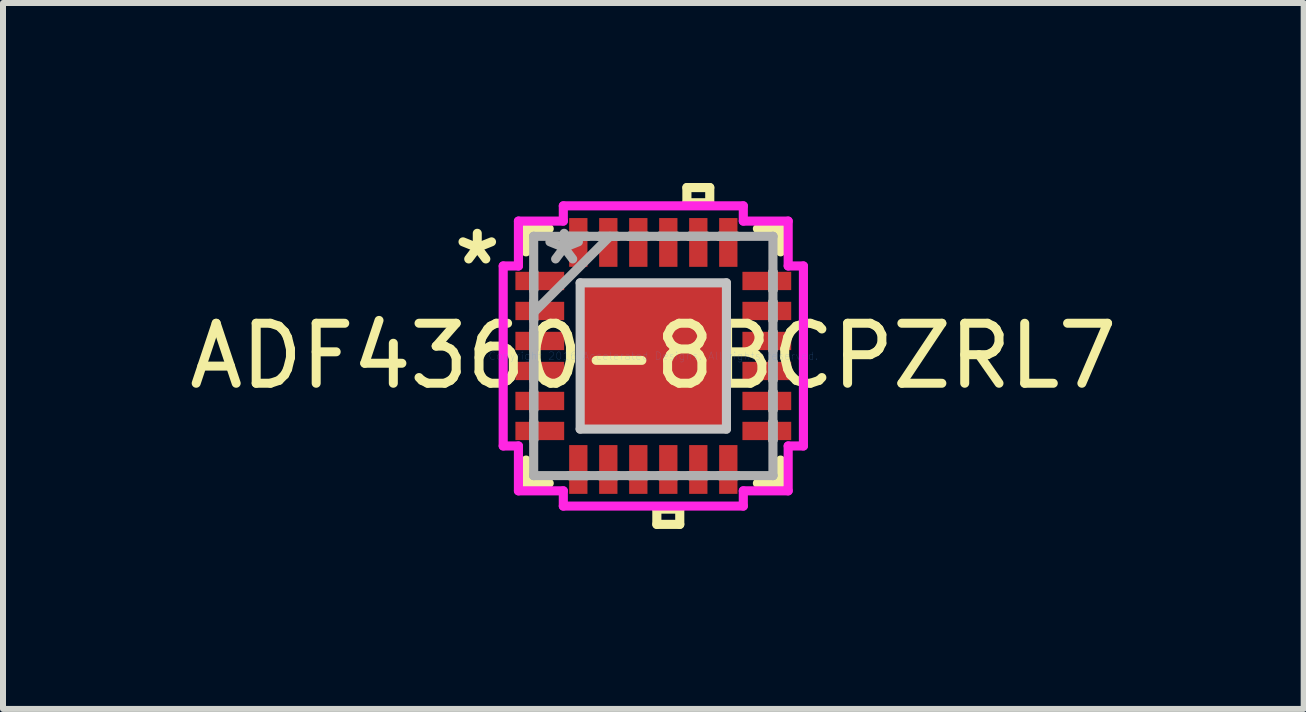
<source format=kicad_pcb>
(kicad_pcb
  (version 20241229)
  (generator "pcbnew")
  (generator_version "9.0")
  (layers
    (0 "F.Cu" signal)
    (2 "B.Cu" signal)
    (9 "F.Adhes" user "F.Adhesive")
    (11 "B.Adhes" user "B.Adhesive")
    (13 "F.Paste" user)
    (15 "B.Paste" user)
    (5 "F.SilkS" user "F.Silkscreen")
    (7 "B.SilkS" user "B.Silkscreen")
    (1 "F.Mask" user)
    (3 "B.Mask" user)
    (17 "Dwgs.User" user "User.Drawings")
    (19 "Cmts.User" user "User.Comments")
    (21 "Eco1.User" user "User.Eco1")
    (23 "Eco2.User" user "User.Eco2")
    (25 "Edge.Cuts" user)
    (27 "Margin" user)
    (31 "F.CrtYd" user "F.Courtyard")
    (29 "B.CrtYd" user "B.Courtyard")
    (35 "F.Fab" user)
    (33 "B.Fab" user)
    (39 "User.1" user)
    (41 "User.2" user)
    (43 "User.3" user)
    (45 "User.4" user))
  (footprint "ADF4360-8BCPZRL7"
    (layer "F.Cu")
    (at 7.839 2.883)
    (property "Reference" "ADF4360-8BCPZRL7" (at 0 0 0) (layer "F.SilkS") (effects (font (size 1 1) (thickness 0.15))))
    (attr through_hole)
    (fp_line (start -2.121 -2.121) (end -2.121 -1.735) (stroke (width 0.152) (type solid)) (layer "F.SilkS"))
    (fp_line (start -2.121 1.735) (end -2.121 2.121) (stroke (width 0.152) (type solid)) (layer "F.SilkS"))
    (fp_line (start -2.121 2.121) (end -1.735 2.121) (stroke (width 0.152) (type solid)) (layer "F.SilkS"))
    (fp_line (start -1.735 -2.121) (end -2.121 -2.121) (stroke (width 0.152) (type solid)) (layer "F.SilkS"))
    (fp_line (start 0.059 2.553) (end 0.059 2.807) (stroke (width 0.152) (type solid)) (layer "F.SilkS"))
    (fp_line (start 0.059 2.807) (end 0.441 2.807) (stroke (width 0.152) (type solid)) (layer "F.SilkS"))
    (fp_line (start 0.441 2.553) (end 0.059 2.553) (stroke (width 0.152) (type solid)) (layer "F.SilkS"))
    (fp_line (start 0.441 2.807) (end 0.441 2.553) (stroke (width 0.152) (type solid)) (layer "F.SilkS"))
    (fp_line (start 0.56 -2.807) (end 0.941 -2.807) (stroke (width 0.152) (type solid)) (layer "F.SilkS"))
    (fp_line (start 0.56 -2.553) (end 0.56 -2.807) (stroke (width 0.152) (type solid)) (layer "F.SilkS"))
    (fp_line (start 0.941 -2.807) (end 0.941 -2.553) (stroke (width 0.152) (type solid)) (layer "F.SilkS"))
    (fp_line (start 0.941 -2.553) (end 0.56 -2.553) (stroke (width 0.152) (type solid)) (layer "F.SilkS"))
    (fp_line (start 1.735 2.121) (end 2.121 2.121) (stroke (width 0.152) (type solid)) (layer "F.SilkS"))
    (fp_line (start 2.121 -2.121) (end 1.735 -2.121) (stroke (width 0.152) (type solid)) (layer "F.SilkS"))
    (fp_line (start 2.121 -1.735) (end 2.121 -2.121) (stroke (width 0.152) (type solid)) (layer "F.SilkS"))
    (fp_line (start 2.121 2.121) (end 2.121 1.735) (stroke (width 0.152) (type solid)) (layer "F.SilkS"))
    (fp_line (start -1.219 -1.219) (end -1.219 1.219) (stroke (width 0.152) (type solid)) (layer "Dwgs.User"))
    (fp_line (start -1.219 1.219) (end 1.219 1.219) (stroke (width 0.152) (type solid)) (layer "Dwgs.User"))
    (fp_line (start 1.219 -1.219) (end -1.219 -1.219) (stroke (width 0.152) (type solid)) (layer "Dwgs.User"))
    (fp_line (start 1.219 1.219) (end 1.219 -1.219) (stroke (width 0.152) (type solid)) (layer "Dwgs.User"))
    (fp_line (start -2.502 -1.5) (end -2.248 -1.5) (stroke (width 0.152) (type solid)) (layer "F.CrtYd"))
    (fp_line (start -2.502 1.5) (end -2.502 -1.5) (stroke (width 0.152) (type solid)) (layer "F.CrtYd"))
    (fp_line (start -2.248 -2.248) (end -1.5 -2.248) (stroke (width 0.152) (type solid)) (layer "F.CrtYd"))
    (fp_line (start -2.248 -1.5) (end -2.248 -2.248) (stroke (width 0.152) (type solid)) (layer "F.CrtYd"))
    (fp_line (start -2.248 1.5) (end -2.502 1.5) (stroke (width 0.152) (type solid)) (layer "F.CrtYd"))
    (fp_line (start -2.248 2.248) (end -2.248 1.5) (stroke (width 0.152) (type solid)) (layer "F.CrtYd"))
    (fp_line (start -1.5 -2.502) (end 1.5 -2.502) (stroke (width 0.152) (type solid)) (layer "F.CrtYd"))
    (fp_line (start -1.5 -2.248) (end -1.5 -2.502) (stroke (width 0.152) (type solid)) (layer "F.CrtYd"))
    (fp_line (start -1.5 2.248) (end -2.248 2.248) (stroke (width 0.152) (type solid)) (layer "F.CrtYd"))
    (fp_line (start -1.5 2.502) (end -1.5 2.248) (stroke (width 0.152) (type solid)) (layer "F.CrtYd"))
    (fp_line (start 1.5 -2.502) (end 1.5 -2.248) (stroke (width 0.152) (type solid)) (layer "F.CrtYd"))
    (fp_line (start 1.5 -2.248) (end 2.248 -2.248) (stroke (width 0.152) (type solid)) (layer "F.CrtYd"))
    (fp_line (start 1.5 2.248) (end 1.5 2.502) (stroke (width 0.152) (type solid)) (layer "F.CrtYd"))
    (fp_line (start 1.5 2.502) (end -1.5 2.502) (stroke (width 0.152) (type solid)) (layer "F.CrtYd"))
    (fp_line (start 2.248 -2.248) (end 2.248 -1.5) (stroke (width 0.152) (type solid)) (layer "F.CrtYd"))
    (fp_line (start 2.248 -1.5) (end 2.502 -1.5) (stroke (width 0.152) (type solid)) (layer "F.CrtYd"))
    (fp_line (start 2.248 1.5) (end 2.248 2.248) (stroke (width 0.152) (type solid)) (layer "F.CrtYd"))
    (fp_line (start 2.248 2.248) (end 1.5 2.248) (stroke (width 0.152) (type solid)) (layer "F.CrtYd"))
    (fp_line (start 2.502 -1.5) (end 2.502 1.5) (stroke (width 0.152) (type solid)) (layer "F.CrtYd"))
    (fp_line (start 2.502 1.5) (end 2.248 1.5) (stroke (width 0.152) (type solid)) (layer "F.CrtYd"))
    (fp_line (start -1.994 -1.994) (end -1.994 -1.994) (stroke (width 0.152) (type solid)) (layer "F.Fab"))
    (fp_line (start -1.994 -1.994) (end -1.994 1.994) (stroke (width 0.152) (type solid)) (layer "F.Fab"))
    (fp_line (start -1.994 -1.402) (end -1.994 -1.402) (stroke (width 0.152) (type solid)) (layer "F.Fab"))
    (fp_line (start -1.994 -1.402) (end -1.994 -1.098) (stroke (width 0.152) (type solid)) (layer "F.Fab"))
    (fp_line (start -1.994 -1.098) (end -1.994 -1.402) (stroke (width 0.152) (type solid)) (layer "F.Fab"))
    (fp_line (start -1.994 -1.098) (end -1.994 -1.098) (stroke (width 0.152) (type solid)) (layer "F.Fab"))
    (fp_line (start -1.994 -0.902) (end -1.994 -0.902) (stroke (width 0.152) (type solid)) (layer "F.Fab"))
    (fp_line (start -1.994 -0.902) (end -1.994 -0.598) (stroke (width 0.152) (type solid)) (layer "F.Fab"))
    (fp_line (start -1.994 -0.724) (end -0.724 -1.994) (stroke (width 0.152) (type solid)) (layer "F.Fab"))
    (fp_line (start -1.994 -0.598) (end -1.994 -0.902) (stroke (width 0.152) (type solid)) (layer "F.Fab"))
    (fp_line (start -1.994 -0.598) (end -1.994 -0.598) (stroke (width 0.152) (type solid)) (layer "F.Fab"))
    (fp_line (start -1.994 -0.402) (end -1.994 -0.402) (stroke (width 0.152) (type solid)) (layer "F.Fab"))
    (fp_line (start -1.994 -0.402) (end -1.994 -0.098) (stroke (width 0.152) (type solid)) (layer "F.Fab"))
    (fp_line (start -1.994 -0.098) (end -1.994 -0.402) (stroke (width 0.152) (type solid)) (layer "F.Fab"))
    (fp_line (start -1.994 -0.098) (end -1.994 -0.098) (stroke (width 0.152) (type solid)) (layer "F.Fab"))
    (fp_line (start -1.994 0.098) (end -1.994 0.098) (stroke (width 0.152) (type solid)) (layer "F.Fab"))
    (fp_line (start -1.994 0.098) (end -1.994 0.402) (stroke (width 0.152) (type solid)) (layer "F.Fab"))
    (fp_line (start -1.994 0.402) (end -1.994 0.098) (stroke (width 0.152) (type solid)) (layer "F.Fab"))
    (fp_line (start -1.994 0.402) (end -1.994 0.402) (stroke (width 0.152) (type solid)) (layer "F.Fab"))
    (fp_line (start -1.994 0.598) (end -1.994 0.598) (stroke (width 0.152) (type solid)) (layer "F.Fab"))
    (fp_line (start -1.994 0.598) (end -1.994 0.902) (stroke (width 0.152) (type solid)) (layer "F.Fab"))
    (fp_line (start -1.994 0.902) (end -1.994 0.598) (stroke (width 0.152) (type solid)) (layer "F.Fab"))
    (fp_line (start -1.994 0.902) (end -1.994 0.902) (stroke (width 0.152) (type solid)) (layer "F.Fab"))
    (fp_line (start -1.994 1.098) (end -1.994 1.098) (stroke (width 0.152) (type solid)) (layer "F.Fab"))
    (fp_line (start -1.994 1.098) (end -1.994 1.402) (stroke (width 0.152) (type solid)) (layer "F.Fab"))
    (fp_line (start -1.994 1.402) (end -1.994 1.098) (stroke (width 0.152) (type solid)) (layer "F.Fab"))
    (fp_line (start -1.994 1.402) (end -1.994 1.402) (stroke (width 0.152) (type solid)) (layer "F.Fab"))
    (fp_line (start -1.994 1.994) (end -1.994 1.994) (stroke (width 0.152) (type solid)) (layer "F.Fab"))
    (fp_line (start -1.994 1.994) (end 1.994 1.994) (stroke (width 0.152) (type solid)) (layer "F.Fab"))
    (fp_line (start -1.402 -1.994) (end -1.402 -1.994) (stroke (width 0.152) (type solid)) (layer "F.Fab"))
    (fp_line (start -1.402 -1.994) (end -1.098 -1.994) (stroke (width 0.152) (type solid)) (layer "F.Fab"))
    (fp_line (start -1.402 1.994) (end -1.402 1.994) (stroke (width 0.152) (type solid)) (layer "F.Fab"))
    (fp_line (start -1.402 1.994) (end -1.098 1.994) (stroke (width 0.152) (type solid)) (layer "F.Fab"))
    (fp_line (start -1.098 -1.994) (end -1.402 -1.994) (stroke (width 0.152) (type solid)) (layer "F.Fab"))
    (fp_line (start -1.098 -1.994) (end -1.098 -1.994) (stroke (width 0.152) (type solid)) (layer "F.Fab"))
    (fp_line (start -1.098 1.994) (end -1.402 1.994) (stroke (width 0.152) (type solid)) (layer "F.Fab"))
    (fp_line (start -1.098 1.994) (end -1.098 1.994) (stroke (width 0.152) (type solid)) (layer "F.Fab"))
    (fp_line (start -0.902 -1.994) (end -0.902 -1.994) (stroke (width 0.152) (type solid)) (layer "F.Fab"))
    (fp_line (start -0.902 -1.994) (end -0.598 -1.994) (stroke (width 0.152) (type solid)) (layer "F.Fab"))
    (fp_line (start -0.902 1.994) (end -0.902 1.994) (stroke (width 0.152) (type solid)) (layer "F.Fab"))
    (fp_line (start -0.902 1.994) (end -0.598 1.994) (stroke (width 0.152) (type solid)) (layer "F.Fab"))
    (fp_line (start -0.598 -1.994) (end -0.902 -1.994) (stroke (width 0.152) (type solid)) (layer "F.Fab"))
    (fp_line (start -0.598 -1.994) (end -0.598 -1.994) (stroke (width 0.152) (type solid)) (layer "F.Fab"))
    (fp_line (start -0.598 1.994) (end -0.902 1.994) (stroke (width 0.152) (type solid)) (layer "F.Fab"))
    (fp_line (start -0.598 1.994) (end -0.598 1.994) (stroke (width 0.152) (type solid)) (layer "F.Fab"))
    (fp_line (start -0.402 -1.994) (end -0.402 -1.994) (stroke (width 0.152) (type solid)) (layer "F.Fab"))
    (fp_line (start -0.402 -1.994) (end -0.098 -1.994) (stroke (width 0.152) (type solid)) (layer "F.Fab"))
    (fp_line (start -0.402 1.994) (end -0.402 1.994) (stroke (width 0.152) (type solid)) (layer "F.Fab"))
    (fp_line (start -0.402 1.994) (end -0.098 1.994) (stroke (width 0.152) (type solid)) (layer "F.Fab"))
    (fp_line (start -0.098 -1.994) (end -0.402 -1.994) (stroke (width 0.152) (type solid)) (layer "F.Fab"))
    (fp_line (start -0.098 -1.994) (end -0.098 -1.994) (stroke (width 0.152) (type solid)) (layer "F.Fab"))
    (fp_line (start -0.098 1.994) (end -0.402 1.994) (stroke (width 0.152) (type solid)) (layer "F.Fab"))
    (fp_line (start -0.098 1.994) (end -0.098 1.994) (stroke (width 0.152) (type solid)) (layer "F.Fab"))
    (fp_line (start 0.098 -1.994) (end 0.098 -1.994) (stroke (width 0.152) (type solid)) (layer "F.Fab"))
    (fp_line (start 0.098 -1.994) (end 0.402 -1.994) (stroke (width 0.152) (type solid)) (layer "F.Fab"))
    (fp_line (start 0.098 1.994) (end 0.098 1.994) (stroke (width 0.152) (type solid)) (layer "F.Fab"))
    (fp_line (start 0.098 1.994) (end 0.402 1.994) (stroke (width 0.152) (type solid)) (layer "F.Fab"))
    (fp_line (start 0.402 -1.994) (end 0.098 -1.994) (stroke (width 0.152) (type solid)) (layer "F.Fab"))
    (fp_line (start 0.402 -1.994) (end 0.402 -1.994) (stroke (width 0.152) (type solid)) (layer "F.Fab"))
    (fp_line (start 0.402 1.994) (end 0.098 1.994) (stroke (width 0.152) (type solid)) (layer "F.Fab"))
    (fp_line (start 0.402 1.994) (end 0.402 1.994) (stroke (width 0.152) (type solid)) (layer "F.Fab"))
    (fp_line (start 0.598 -1.994) (end 0.598 -1.994) (stroke (width 0.152) (type solid)) (layer "F.Fab"))
    (fp_line (start 0.598 -1.994) (end 0.902 -1.994) (stroke (width 0.152) (type solid)) (layer "F.Fab"))
    (fp_line (start 0.598 1.994) (end 0.598 1.994) (stroke (width 0.152) (type solid)) (layer "F.Fab"))
    (fp_line (start 0.598 1.994) (end 0.902 1.994) (stroke (width 0.152) (type solid)) (layer "F.Fab"))
    (fp_line (start 0.902 -1.994) (end 0.598 -1.994) (stroke (width 0.152) (type solid)) (layer "F.Fab"))
    (fp_line (start 0.902 -1.994) (end 0.902 -1.994) (stroke (width 0.152) (type solid)) (layer "F.Fab"))
    (fp_line (start 0.902 1.994) (end 0.598 1.994) (stroke (width 0.152) (type solid)) (layer "F.Fab"))
    (fp_line (start 0.902 1.994) (end 0.902 1.994) (stroke (width 0.152) (type solid)) (layer "F.Fab"))
    (fp_line (start 1.098 -1.994) (end 1.098 -1.994) (stroke (width 0.152) (type solid)) (layer "F.Fab"))
    (fp_line (start 1.098 -1.994) (end 1.402 -1.994) (stroke (width 0.152) (type solid)) (layer "F.Fab"))
    (fp_line (start 1.098 1.994) (end 1.098 1.994) (stroke (width 0.152) (type solid)) (layer "F.Fab"))
    (fp_line (start 1.098 1.994) (end 1.402 1.994) (stroke (width 0.152) (type solid)) (layer "F.Fab"))
    (fp_line (start 1.402 -1.994) (end 1.098 -1.994) (stroke (width 0.152) (type solid)) (layer "F.Fab"))
    (fp_line (start 1.402 -1.994) (end 1.402 -1.994) (stroke (width 0.152) (type solid)) (layer "F.Fab"))
    (fp_line (start 1.402 1.994) (end 1.098 1.994) (stroke (width 0.152) (type solid)) (layer "F.Fab"))
    (fp_line (start 1.402 1.994) (end 1.402 1.994) (stroke (width 0.152) (type solid)) (layer "F.Fab"))
    (fp_line (start 1.994 -1.994) (end -1.994 -1.994) (stroke (width 0.152) (type solid)) (layer "F.Fab"))
    (fp_line (start 1.994 -1.994) (end 1.994 -1.994) (stroke (width 0.152) (type solid)) (layer "F.Fab"))
    (fp_line (start 1.994 -1.402) (end 1.994 -1.402) (stroke (width 0.152) (type solid)) (layer "F.Fab"))
    (fp_line (start 1.994 -1.402) (end 1.994 -1.098) (stroke (width 0.152) (type solid)) (layer "F.Fab"))
    (fp_line (start 1.994 -1.098) (end 1.994 -1.402) (stroke (width 0.152) (type solid)) (layer "F.Fab"))
    (fp_line (start 1.994 -1.098) (end 1.994 -1.098) (stroke (width 0.152) (type solid)) (layer "F.Fab"))
    (fp_line (start 1.994 -0.902) (end 1.994 -0.902) (stroke (width 0.152) (type solid)) (layer "F.Fab"))
    (fp_line (start 1.994 -0.902) (end 1.994 -0.598) (stroke (width 0.152) (type solid)) (layer "F.Fab"))
    (fp_line (start 1.994 -0.598) (end 1.994 -0.902) (stroke (width 0.152) (type solid)) (layer "F.Fab"))
    (fp_line (start 1.994 -0.598) (end 1.994 -0.598) (stroke (width 0.152) (type solid)) (layer "F.Fab"))
    (fp_line (start 1.994 -0.402) (end 1.994 -0.402) (stroke (width 0.152) (type solid)) (layer "F.Fab"))
    (fp_line (start 1.994 -0.402) (end 1.994 -0.098) (stroke (width 0.152) (type solid)) (layer "F.Fab"))
    (fp_line (start 1.994 -0.098) (end 1.994 -0.402) (stroke (width 0.152) (type solid)) (layer "F.Fab"))
    (fp_line (start 1.994 -0.098) (end 1.994 -0.098) (stroke (width 0.152) (type solid)) (layer "F.Fab"))
    (fp_line (start 1.994 0.098) (end 1.994 0.098) (stroke (width 0.152) (type solid)) (layer "F.Fab"))
    (fp_line (start 1.994 0.098) (end 1.994 0.402) (stroke (width 0.152) (type solid)) (layer "F.Fab"))
    (fp_line (start 1.994 0.402) (end 1.994 0.098) (stroke (width 0.152) (type solid)) (layer "F.Fab"))
    (fp_line (start 1.994 0.402) (end 1.994 0.402) (stroke (width 0.152) (type solid)) (layer "F.Fab"))
    (fp_line (start 1.994 0.598) (end 1.994 0.598) (stroke (width 0.152) (type solid)) (layer "F.Fab"))
    (fp_line (start 1.994 0.598) (end 1.994 0.902) (stroke (width 0.152) (type solid)) (layer "F.Fab"))
    (fp_line (start 1.994 0.902) (end 1.994 0.598) (stroke (width 0.152) (type solid)) (layer "F.Fab"))
    (fp_line (start 1.994 0.902) (end 1.994 0.902) (stroke (width 0.152) (type solid)) (layer "F.Fab"))
    (fp_line (start 1.994 1.098) (end 1.994 1.098) (stroke (width 0.152) (type solid)) (layer "F.Fab"))
    (fp_line (start 1.994 1.098) (end 1.994 1.402) (stroke (width 0.152) (type solid)) (layer "F.Fab"))
    (fp_line (start 1.994 1.402) (end 1.994 1.098) (stroke (width 0.152) (type solid)) (layer "F.Fab"))
    (fp_line (start 1.994 1.402) (end 1.994 1.402) (stroke (width 0.152) (type solid)) (layer "F.Fab"))
    (fp_line (start 1.994 1.994) (end 1.994 -1.994) (stroke (width 0.152) (type solid)) (layer "F.Fab"))
    (fp_line (start 1.994 1.994) (end 1.994 1.994) (stroke (width 0.152) (type solid)) (layer "F.Fab"))
    (fp_text user "*" (at -2.934 -1.5 0) (layer "F.SilkS") (effects (font (size 1 1) (thickness 0.15))))
    (fp_text user "Copyright 2016 Accelerated Designs. All rights reserved." (at 0 0 0) (layer "Cmts.User") (effects (font (size 0.127 0.127) (thickness 0.002))))
    (fp_text user "*" (at -1.486 -1.5 0) (layer "F.Fab") (effects (font (size 1 1) (thickness 0.15))))
    (pad "1" smd rect (at -1.892 -1.25 90) (size 0.305 0.813) (layers "F.Cu" "F.Mask" "F.Paste"))
    (pad "2" smd rect (at -1.892 -0.75 90) (size 0.305 0.813) (layers "F.Cu" "F.Mask" "F.Paste"))
    (pad "3" smd rect (at -1.892 -0.25 90) (size 0.305 0.813) (layers "F.Cu" "F.Mask" "F.Paste"))
    (pad "4" smd rect (at -1.892 0.25 90) (size 0.305 0.813) (layers "F.Cu" "F.Mask" "F.Paste"))
    (pad "5" smd rect (at -1.892 0.75 90) (size 0.305 0.813) (layers "F.Cu" "F.Mask" "F.Paste"))
    (pad "6" smd rect (at -1.892 1.25 90) (size 0.305 0.813) (layers "F.Cu" "F.Mask" "F.Paste"))
    (pad "7" smd rect (at -1.25 1.892) (size 0.305 0.813) (layers "F.Cu" "F.Mask" "F.Paste"))
    (pad "8" smd rect (at -0.75 1.892) (size 0.305 0.813) (layers "F.Cu" "F.Mask" "F.Paste"))
    (pad "9" smd rect (at -0.25 1.892) (size 0.305 0.813) (layers "F.Cu" "F.Mask" "F.Paste"))
    (pad "10" smd rect (at 0.25 1.892) (size 0.305 0.813) (layers "F.Cu" "F.Mask" "F.Paste"))
    (pad "11" smd rect (at 0.75 1.892) (size 0.305 0.813) (layers "F.Cu" "F.Mask" "F.Paste"))
    (pad "12" smd rect (at 1.25 1.892) (size 0.305 0.813) (layers "F.Cu" "F.Mask" "F.Paste"))
    (pad "13" smd rect (at 1.892 1.25 90) (size 0.305 0.813) (layers "F.Cu" "F.Mask" "F.Paste"))
    (pad "14" smd rect (at 1.892 0.75 90) (size 0.305 0.813) (layers "F.Cu" "F.Mask" "F.Paste"))
    (pad "15" smd rect (at 1.892 0.25 90) (size 0.305 0.813) (layers "F.Cu" "F.Mask" "F.Paste"))
    (pad "16" smd rect (at 1.892 -0.25 90) (size 0.305 0.813) (layers "F.Cu" "F.Mask" "F.Paste"))
    (pad "17" smd rect (at 1.892 -0.75 90) (size 0.305 0.813) (layers "F.Cu" "F.Mask" "F.Paste"))
    (pad "18" smd rect (at 1.892 -1.25 90) (size 0.305 0.813) (layers "F.Cu" "F.Mask" "F.Paste"))
    (pad "19" smd rect (at 1.25 -1.892) (size 0.305 0.813) (layers "F.Cu" "F.Mask" "F.Paste"))
    (pad "20" smd rect (at 0.75 -1.892) (size 0.305 0.813) (layers "F.Cu" "F.Mask" "F.Paste"))
    (pad "21" smd rect (at 0.25 -1.892) (size 0.305 0.813) (layers "F.Cu" "F.Mask" "F.Paste"))
    (pad "22" smd rect (at -0.25 -1.892) (size 0.305 0.813) (layers "F.Cu" "F.Mask" "F.Paste"))
    (pad "23" smd rect (at -0.75 -1.892) (size 0.305 0.813) (layers "F.Cu" "F.Mask" "F.Paste"))
    (pad "24" smd rect (at -1.25 -1.892) (size 0.305 0.813) (layers "F.Cu" "F.Mask" "F.Paste"))
    (pad "25" smd rect (at 0 0) (size 2.438 2.438) (layers "F.Cu" "F.Mask" "F.Paste")))
  (gr_rect
    (start -3 -3)
    (end 18.679 8.766)
    (stroke (width 0.1) (type default))
    (fill no)
    (layer "Edge.Cuts")))
</source>
